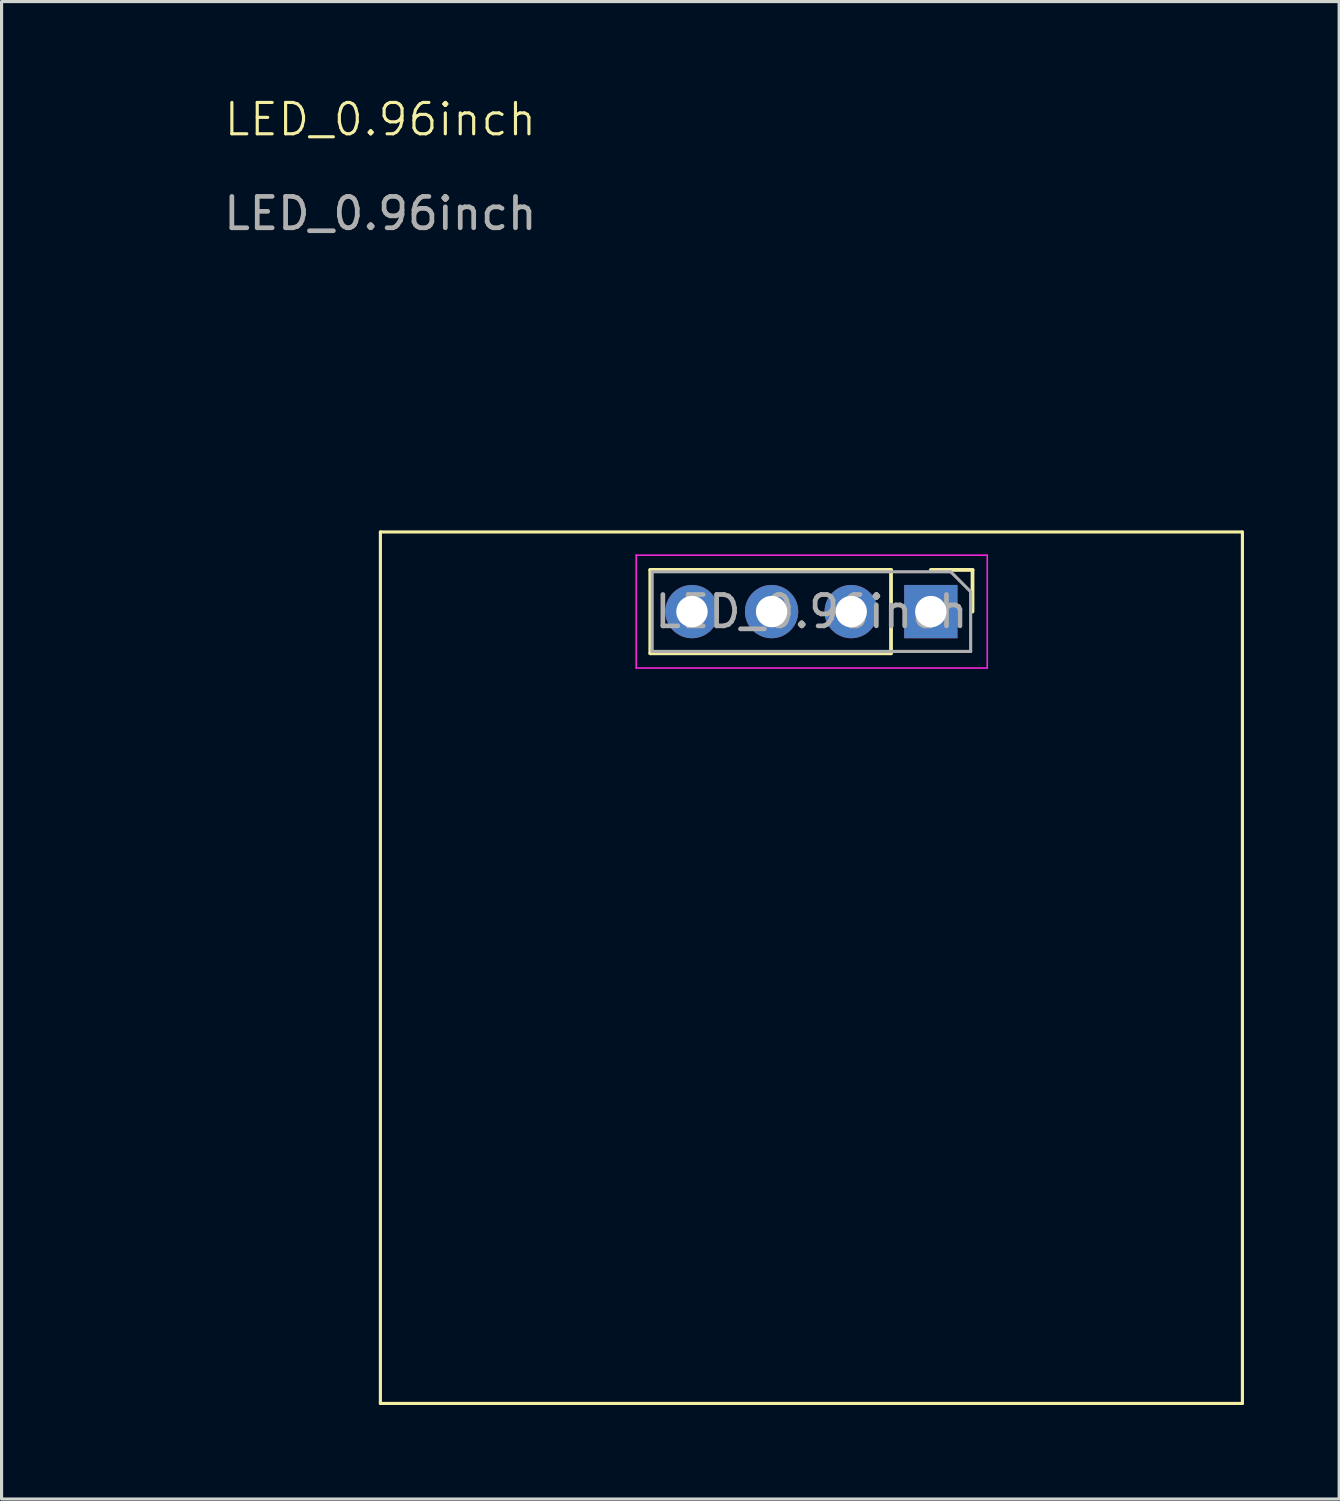
<source format=kicad_pcb>
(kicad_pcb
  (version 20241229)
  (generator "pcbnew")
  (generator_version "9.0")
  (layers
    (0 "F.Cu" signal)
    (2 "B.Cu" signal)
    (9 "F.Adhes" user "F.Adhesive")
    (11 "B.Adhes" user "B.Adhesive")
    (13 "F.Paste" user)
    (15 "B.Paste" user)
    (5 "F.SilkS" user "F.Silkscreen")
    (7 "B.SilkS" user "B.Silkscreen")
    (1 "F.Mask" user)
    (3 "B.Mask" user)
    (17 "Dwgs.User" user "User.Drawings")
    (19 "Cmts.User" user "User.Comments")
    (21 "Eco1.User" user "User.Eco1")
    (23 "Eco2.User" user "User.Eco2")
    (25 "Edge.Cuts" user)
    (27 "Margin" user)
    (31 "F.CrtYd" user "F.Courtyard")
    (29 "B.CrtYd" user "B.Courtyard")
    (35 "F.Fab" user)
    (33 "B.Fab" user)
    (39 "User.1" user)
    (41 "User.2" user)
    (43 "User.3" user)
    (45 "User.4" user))
  (footprint "LED_0.96inch"
    (layer "F.Cu")
    (at 9.085 13.921)
    (property "Reference" "LED_0.96inch" (at 0 -13.16 0) (unlocked yes) (layer "F.SilkS") (effects (font (size 1 1) (thickness 0.1))))
    (attr smd)
    (fp_line (start 0 0) (end 0 27.8) (stroke (width 0.1) (type default)) (layer "F.SilkS"))
    (fp_line (start 0 0) (end 27.5 0) (stroke (width 0.1) (type default)) (layer "F.SilkS"))
    (fp_line (start 0 27.8) (end 27.5 27.8) (stroke (width 0.1) (type default)) (layer "F.SilkS"))
    (fp_line (start 8.61 1.21) (end 8.61 3.87) (stroke (width 0.12) (type solid)) (layer "F.SilkS"))
    (fp_line (start 16.29 1.21) (end 8.61 1.21) (stroke (width 0.12) (type solid)) (layer "F.SilkS"))
    (fp_line (start 16.29 1.21) (end 16.29 3.87) (stroke (width 0.12) (type solid)) (layer "F.SilkS"))
    (fp_line (start 16.29 3.87) (end 8.61 3.87) (stroke (width 0.12) (type solid)) (layer "F.SilkS"))
    (fp_line (start 17.56 1.21) (end 18.89 1.21) (stroke (width 0.12) (type solid)) (layer "F.SilkS"))
    (fp_line (start 18.89 1.21) (end 18.89 2.54) (stroke (width 0.12) (type solid)) (layer "F.SilkS"))
    (fp_line (start 27.5 0) (end 27.5 27.8) (stroke (width 0.1) (type default)) (layer "F.SilkS"))
    (fp_line (start 8.16 0.74) (end 8.16 4.34) (stroke (width 0.05) (type solid)) (layer "F.CrtYd"))
    (fp_line (start 8.16 4.34) (end 19.36 4.34) (stroke (width 0.05) (type solid)) (layer "F.CrtYd"))
    (fp_line (start 19.36 0.74) (end 8.16 0.74) (stroke (width 0.05) (type solid)) (layer "F.CrtYd"))
    (fp_line (start 19.36 4.34) (end 19.36 0.74) (stroke (width 0.05) (type solid)) (layer "F.CrtYd"))
    (fp_line (start 8.67 1.27) (end 18.195 1.27) (stroke (width 0.1) (type solid)) (layer "F.Fab"))
    (fp_line (start 8.67 3.81) (end 8.67 1.27) (stroke (width 0.1) (type solid)) (layer "F.Fab"))
    (fp_line (start 18.195 1.27) (end 18.83 1.905) (stroke (width 0.1) (type solid)) (layer "F.Fab"))
    (fp_line (start 18.83 1.905) (end 18.83 3.81) (stroke (width 0.1) (type solid)) (layer "F.Fab"))
    (fp_line (start 18.83 3.81) (end 8.67 3.81) (stroke (width 0.1) (type solid)) (layer "F.Fab"))
    (fp_text user "${REFERENCE}" (at 13.75 2.54 0) (layer "F.Fab") (effects (font (size 1 1) (thickness 0.15))))
    (fp_text user "${REFERENCE}" (at 0 -10.16 0) (unlocked yes) (layer "F.Fab") (effects (font (size 1 1) (thickness 0.15))))
    (dimension (type aligned) (layer "User.1") (pts (xy 9.085 13.921) (xy 22.835 13.921)) (height -1) (format (prefix "") (suffix "") (units 3) (units_format 1) (precision 4)) (style (thickness 0.1) (arrow_length 1.27) (text_position_mode 0) (arrow_direction outward) (extension_height 0.586) (extension_offset 0.5) (keep_text_aligned yes)) (gr_text "13.7500 mm" (at 15.96 11.771 0) (layer "User.1") (effects (font (size 1 1) (thickness 0.15)))))
    (dimension (type aligned) (layer "User.1") (pts (xy 36.585 13.921) (xy 9.085 13.921)) (height 2) (format (prefix "") (suffix "") (units 3) (units_format 1) (precision 4)) (style (thickness 0.1) (arrow_length 1.27) (text_position_mode 0) (arrow_direction outward) (extension_height 0.586) (extension_offset 0.5) (keep_text_aligned yes)) (gr_text "27.5000 mm" (at 22.835 10.771 0) (layer "User.1") (effects (font (size 1 1) (thickness 0.15)))))
    (dimension (type aligned) (layer "User.1") (pts (xy 19.025 16.46) (xy 9.085 16.46)) (height 2.56) (format (prefix "") (suffix "") (units 3) (units_format 1) (precision 4)) (style (thickness 0.1) (arrow_length 1.27) (text_position_mode 0) (arrow_direction outward) (extension_height 0.586) (extension_offset 0.5) (keep_text_aligned yes)) (gr_text "9.9400 mm" (at 14.055 12.751 0) (layer "User.1") (effects (font (size 1 1) (thickness 0.15)))))
    (dimension (type aligned) (layer "User.1") (pts (xy 9.085 13.921) (xy 9.085 41.721)) (height 3) (format (prefix "") (suffix "") (units 3) (units_format 1) (precision 4)) (style (thickness 0.1) (arrow_length 1.27) (text_position_mode 0) (arrow_direction outward) (extension_height 0.586) (extension_offset 0.5) (keep_text_aligned yes)) (gr_text "27.8000 mm" (at 4.935 27.82 90) (layer "User.1") (effects (font (size 1 1) (thickness 0.15)))))
    (dimension (type aligned) (layer "User.1") (pts (xy 26.645 16.46) (xy 36.615 16.48)) (height -2.56) (format (prefix "") (suffix "") (units 3) (units_format 1) (precision 4)) (style (thickness 0.1) (arrow_length 1.27) (text_position_mode 0) (arrow_direction outward) (extension_height 0.586) (extension_offset 0.5) (keep_text_aligned yes)) (gr_text "9.9700 mm" (at 31.637 12.761 359.885) (layer "User.1") (effects (font (size 1 1) (thickness 0.15)))))
    (pad "1" thru_hole rect (at 17.56 2.54 270) (size 1.7 1.7) (drill 1) (layers "*.Cu" "*.Mask"))
    (pad "2" thru_hole oval (at 15.02 2.54 270) (size 1.7 1.7) (drill 1) (layers "*.Cu" "*.Mask"))
    (pad "3" thru_hole oval (at 12.48 2.54 270) (size 1.7 1.7) (drill 1) (layers "*.Cu" "*.Mask"))
    (pad "4" thru_hole oval (at 9.94 2.54 270) (size 1.7 1.7) (drill 1) (layers "*.Cu" "*.Mask")))
  (gr_rect
    (start -3 -3)
    (end 39.671 44.771)
    (stroke (width 0.1) (type default))
    (fill no)
    (layer "Edge.Cuts")))
</source>
